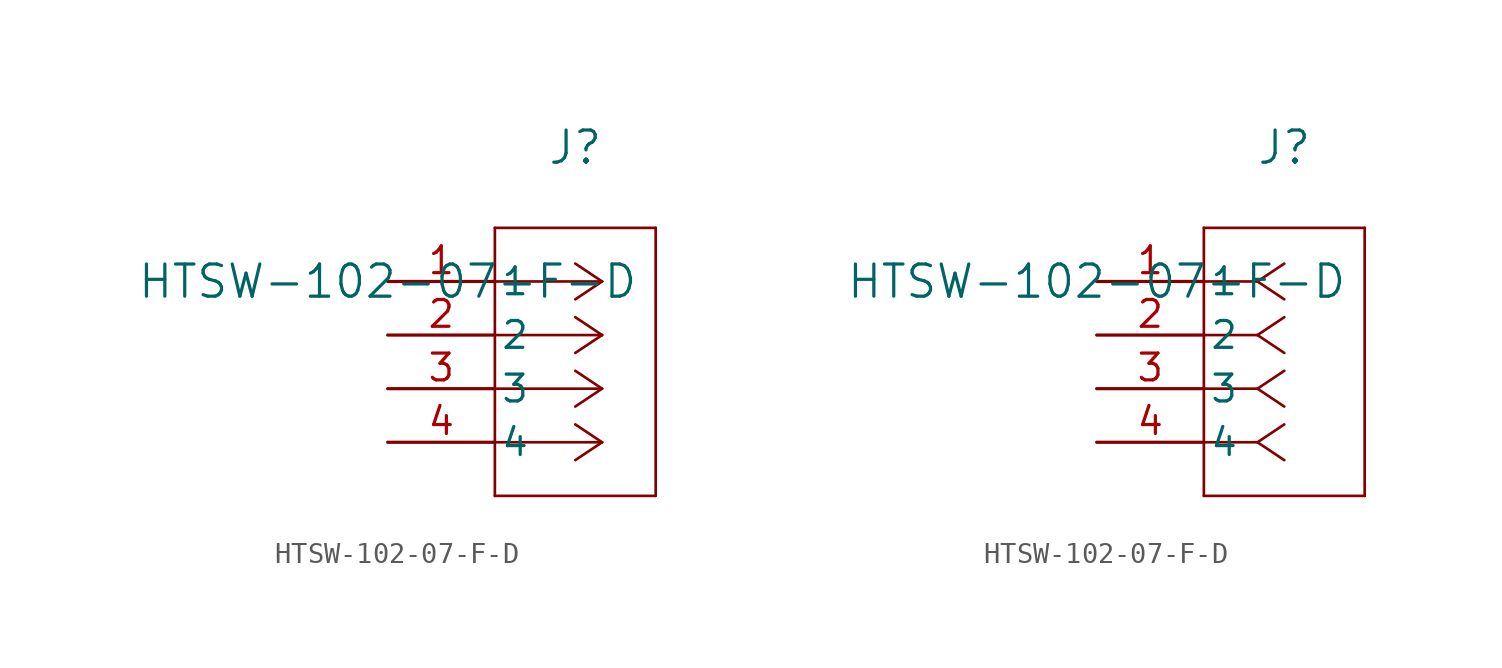
<source format=kicad_sym>
(kicad_symbol_lib
  (version 20211014)
  (generator kicad_symbol_editor)
  (symbol "HTSW-102-07-F-D"
    (pin_names
      (offset 0.254))
    (property "Reference" "J"
      (at 8.89 6.35 0)
      (effects (font (size 1.524 1.524))))
    (property "Value" "HTSW-102-07-F-D"
      (at 0 0 0)
      (effects (font (size 1.524 1.524))))
    (symbol "HTSW-102-07-F-D_1_1"
      (polyline (pts (xy 10.16 0) (xy 5.08 0)) (stroke (width 0.127) (type default) (color 0 0 0 0)) (fill (type none)))
      (polyline (pts (xy 10.16 -2.54) (xy 5.08 -2.54)) (stroke (width 0.127) (type default) (color 0 0 0 0)) (fill (type none)))
      (polyline (pts (xy 10.16 -5.08) (xy 5.08 -5.08)) (stroke (width 0.127) (type default) (color 0 0 0 0)) (fill (type none)))
      (polyline (pts (xy 10.16 -7.62) (xy 5.08 -7.62)) (stroke (width 0.127) (type default) (color 0 0 0 0)) (fill (type none)))
      (polyline (pts (xy 10.16 0) (xy 8.89 0.847)) (stroke (width 0.127) (type default) (color 0 0 0 0)) (fill (type none)))
      (polyline (pts (xy 10.16 -2.54) (xy 8.89 -1.693)) (stroke (width 0.127) (type default) (color 0 0 0 0)) (fill (type none)))
      (polyline (pts (xy 10.16 -5.08) (xy 8.89 -4.233)) (stroke (width 0.127) (type default) (color 0 0 0 0)) (fill (type none)))
      (polyline (pts (xy 10.16 -7.62) (xy 8.89 -6.773)) (stroke (width 0.127) (type default) (color 0 0 0 0)) (fill (type none)))
      (polyline (pts (xy 10.16 0) (xy 8.89 -0.847)) (stroke (width 0.127) (type default) (color 0 0 0 0)) (fill (type none)))
      (polyline (pts (xy 10.16 -2.54) (xy 8.89 -3.387)) (stroke (width 0.127) (type default) (color 0 0 0 0)) (fill (type none)))
      (polyline (pts (xy 10.16 -5.08) (xy 8.89 -5.927)) (stroke (width 0.127) (type default) (color 0 0 0 0)) (fill (type none)))
      (polyline (pts (xy 10.16 -7.62) (xy 8.89 -8.467)) (stroke (width 0.127) (type default) (color 0 0 0 0)) (fill (type none)))
      (polyline (pts (xy 5.08 2.54) (xy 5.08 -10.16)) (stroke (width 0.127) (type default) (color 0 0 0 0)) (fill (type none)))
      (polyline (pts (xy 5.08 -10.16) (xy 12.7 -10.16)) (stroke (width 0.127) (type default) (color 0 0 0 0)) (fill (type none)))
      (polyline (pts (xy 12.7 -10.16) (xy 12.7 2.54)) (stroke (width 0.127) (type default) (color 0 0 0 0)) (fill (type none)))
      (polyline (pts (xy 12.7 2.54) (xy 5.08 2.54)) (stroke (width 0.127) (type default) (color 0 0 0 0)) (fill (type none)))
      (pin unspecified line (at 0 0 0) (length 5.08) (name "1" (effects (font (size 1.27 1.27)))) (number "1" (effects (font (size 1.27 1.27)))))
      (pin unspecified line (at 0 -2.54 0) (length 5.08) (name "2" (effects (font (size 1.27 1.27)))) (number "2" (effects (font (size 1.27 1.27)))))
      (pin unspecified line (at 0 -5.08 0) (length 5.08) (name "3" (effects (font (size 1.27 1.27)))) (number "3" (effects (font (size 1.27 1.27)))))
      (pin unspecified line (at 0 -7.62 0) (length 5.08) (name "4" (effects (font (size 1.27 1.27)))) (number "4" (effects (font (size 1.27 1.27))))))
    (symbol "HTSW-102-07-F-D_1_2"
      (polyline (pts (xy 7.62 0) (xy 5.08 0)) (stroke (width 0.127) (type default) (color 0 0 0 0)) (fill (type none)))
      (polyline (pts (xy 7.62 -2.54) (xy 5.08 -2.54)) (stroke (width 0.127) (type default) (color 0 0 0 0)) (fill (type none)))
      (polyline (pts (xy 7.62 -5.08) (xy 5.08 -5.08)) (stroke (width 0.127) (type default) (color 0 0 0 0)) (fill (type none)))
      (polyline (pts (xy 7.62 -7.62) (xy 5.08 -7.62)) (stroke (width 0.127) (type default) (color 0 0 0 0)) (fill (type none)))
      (polyline (pts (xy 7.62 0) (xy 8.89 0.847)) (stroke (width 0.127) (type default) (color 0 0 0 0)) (fill (type none)))
      (polyline (pts (xy 7.62 -2.54) (xy 8.89 -1.693)) (stroke (width 0.127) (type default) (color 0 0 0 0)) (fill (type none)))
      (polyline (pts (xy 7.62 -5.08) (xy 8.89 -4.233)) (stroke (width 0.127) (type default) (color 0 0 0 0)) (fill (type none)))
      (polyline (pts (xy 7.62 -7.62) (xy 8.89 -6.773)) (stroke (width 0.127) (type default) (color 0 0 0 0)) (fill (type none)))
      (polyline (pts (xy 7.62 0) (xy 8.89 -0.847)) (stroke (width 0.127) (type default) (color 0 0 0 0)) (fill (type none)))
      (polyline (pts (xy 7.62 -2.54) (xy 8.89 -3.387)) (stroke (width 0.127) (type default) (color 0 0 0 0)) (fill (type none)))
      (polyline (pts (xy 7.62 -5.08) (xy 8.89 -5.927)) (stroke (width 0.127) (type default) (color 0 0 0 0)) (fill (type none)))
      (polyline (pts (xy 7.62 -7.62) (xy 8.89 -8.467)) (stroke (width 0.127) (type default) (color 0 0 0 0)) (fill (type none)))
      (polyline (pts (xy 5.08 2.54) (xy 5.08 -10.16)) (stroke (width 0.127) (type default) (color 0 0 0 0)) (fill (type none)))
      (polyline (pts (xy 5.08 -10.16) (xy 12.7 -10.16)) (stroke (width 0.127) (type default) (color 0 0 0 0)) (fill (type none)))
      (polyline (pts (xy 12.7 -10.16) (xy 12.7 2.54)) (stroke (width 0.127) (type default) (color 0 0 0 0)) (fill (type none)))
      (polyline (pts (xy 12.7 2.54) (xy 5.08 2.54)) (stroke (width 0.127) (type default) (color 0 0 0 0)) (fill (type none)))
      (pin unspecified line (at 0 0 0) (length 5.08) (name "1" (effects (font (size 1.27 1.27)))) (number "1" (effects (font (size 1.27 1.27)))))
      (pin unspecified line (at 0 -2.54 0) (length 5.08) (name "2" (effects (font (size 1.27 1.27)))) (number "2" (effects (font (size 1.27 1.27)))))
      (pin unspecified line (at 0 -5.08 0) (length 5.08) (name "3" (effects (font (size 1.27 1.27)))) (number "3" (effects (font (size 1.27 1.27)))))
      (pin unspecified line (at 0 -7.62 0) (length 5.08) (name "4" (effects (font (size 1.27 1.27)))) (number "4" (effects (font (size 1.27 1.27))))))))
</source>
